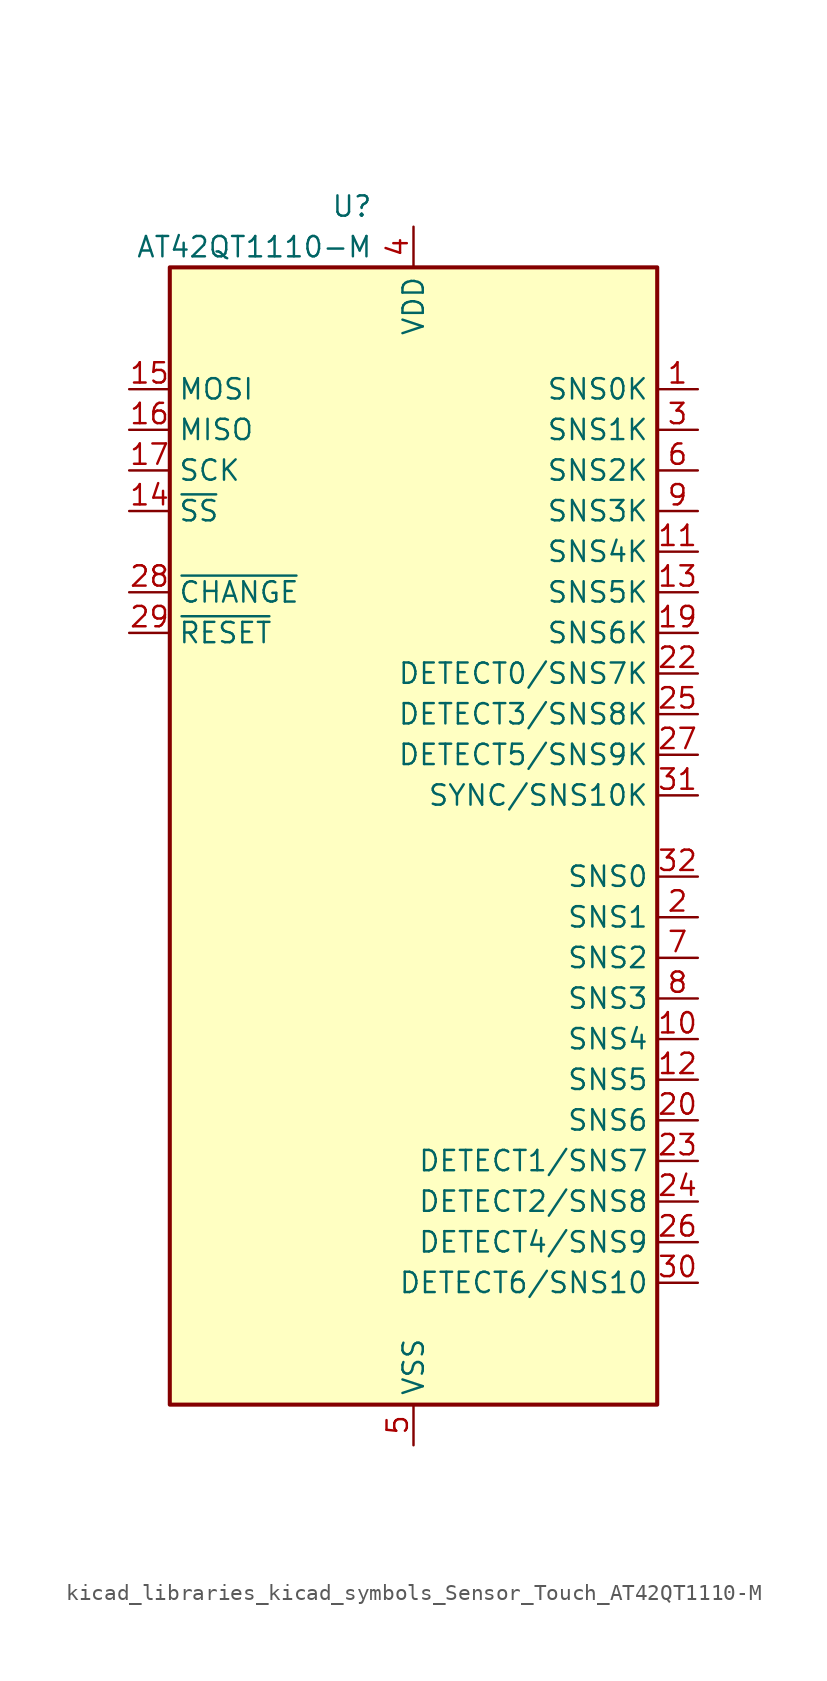
<source format=kicad_sym>
(kicad_symbol_lib
  (version 20220914)
  (generator kicad_symbol_editor)
  (symbol "kicad_libraries_kicad_symbols_Sensor_Touch_AT42QT1110-M"
    (property "Reference" "U"
      (at -2.54 39.37 0)
      (effects (font (size 1.27 1.27)) (justify right)))
    (property "Value" "AT42QT1110-M"
      (at -2.54 36.83 0)
      (effects (font (size 1.27 1.27)) (justify right)))
    (symbol "kicad_libraries_kicad_symbols_Sensor_Touch_AT42QT1110-M_0_1"
      (rectangle (start -15.24 35.56) (end 15.24 -35.56) (stroke (width 0.254) (type default)) (fill (type background))))
    (symbol "kicad_libraries_kicad_symbols_Sensor_Touch_AT42QT1110-M_1_1"
      (pin passive line (at 17.78 27.94 180) (length 2.54) (name "SNS0K" (effects (font (size 1.27 1.27)))) (number "1" (effects (font (size 1.27 1.27)))))
      (pin passive line (at 17.78 -12.7 180) (length 2.54) (name "SNS4" (effects (font (size 1.27 1.27)))) (number "10" (effects (font (size 1.27 1.27)))))
      (pin passive line (at 17.78 17.78 180) (length 2.54) (name "SNS4K" (effects (font (size 1.27 1.27)))) (number "11" (effects (font (size 1.27 1.27)))))
      (pin passive line (at 17.78 -15.24 180) (length 2.54) (name "SNS5" (effects (font (size 1.27 1.27)))) (number "12" (effects (font (size 1.27 1.27)))))
      (pin passive line (at 17.78 15.24 180) (length 2.54) (name "SNS5K" (effects (font (size 1.27 1.27)))) (number "13" (effects (font (size 1.27 1.27)))))
      (pin input line (at -17.78 20.32 0) (length 2.54) (name "~{SS}" (effects (font (size 1.27 1.27)))) (number "14" (effects (font (size 1.27 1.27)))))
      (pin input line (at -17.78 27.94 0) (length 2.54) (name "MOSI" (effects (font (size 1.27 1.27)))) (number "15" (effects (font (size 1.27 1.27)))))
      (pin output line (at -17.78 25.4 0) (length 2.54) (name "MISO" (effects (font (size 1.27 1.27)))) (number "16" (effects (font (size 1.27 1.27)))))
      (pin input line (at -17.78 22.86 0) (length 2.54) (name "SCK" (effects (font (size 1.27 1.27)))) (number "17" (effects (font (size 1.27 1.27)))))
      (pin passive line (at 0 38.1 270) (length 2.54) hide (name "VDD" (effects (font (size 1.27 1.27)))) (number "18" (effects (font (size 1.27 1.27)))))
      (pin passive line (at 17.78 12.7 180) (length 2.54) (name "SNS6K" (effects (font (size 1.27 1.27)))) (number "19" (effects (font (size 1.27 1.27)))))
      (pin passive line (at 17.78 -5.08 180) (length 2.54) (name "SNS1" (effects (font (size 1.27 1.27)))) (number "2" (effects (font (size 1.27 1.27)))))
      (pin passive line (at 17.78 -17.78 180) (length 2.54) (name "SNS6" (effects (font (size 1.27 1.27)))) (number "20" (effects (font (size 1.27 1.27)))))
      (pin passive line (at 0 -38.1 90) (length 2.54) hide (name "VSS" (effects (font (size 1.27 1.27)))) (number "21" (effects (font (size 1.27 1.27)))))
      (pin bidirectional line (at 17.78 10.16 180) (length 2.54) (name "DETECT0/SNS7K" (effects (font (size 1.27 1.27)))) (number "22" (effects (font (size 1.27 1.27)))))
      (pin bidirectional line (at 17.78 -20.32 180) (length 2.54) (name "DETECT1/SNS7" (effects (font (size 1.27 1.27)))) (number "23" (effects (font (size 1.27 1.27)))))
      (pin bidirectional line (at 17.78 -22.86 180) (length 2.54) (name "DETECT2/SNS8" (effects (font (size 1.27 1.27)))) (number "24" (effects (font (size 1.27 1.27)))))
      (pin bidirectional line (at 17.78 7.62 180) (length 2.54) (name "DETECT3/SNS8K" (effects (font (size 1.27 1.27)))) (number "25" (effects (font (size 1.27 1.27)))))
      (pin bidirectional line (at 17.78 -25.4 180) (length 2.54) (name "DETECT4/SNS9" (effects (font (size 1.27 1.27)))) (number "26" (effects (font (size 1.27 1.27)))))
      (pin bidirectional line (at 17.78 5.08 180) (length 2.54) (name "DETECT5/SNS9K" (effects (font (size 1.27 1.27)))) (number "27" (effects (font (size 1.27 1.27)))))
      (pin open_collector line (at -17.78 15.24 0) (length 2.54) (name "~{CHANGE}" (effects (font (size 1.27 1.27)))) (number "28" (effects (font (size 1.27 1.27)))))
      (pin input line (at -17.78 12.7 0) (length 2.54) (name "~{RESET}" (effects (font (size 1.27 1.27)))) (number "29" (effects (font (size 1.27 1.27)))))
      (pin passive line (at 17.78 25.4 180) (length 2.54) (name "SNS1K" (effects (font (size 1.27 1.27)))) (number "3" (effects (font (size 1.27 1.27)))))
      (pin bidirectional line (at 17.78 -27.94 180) (length 2.54) (name "DETECT6/SNS10" (effects (font (size 1.27 1.27)))) (number "30" (effects (font (size 1.27 1.27)))))
      (pin bidirectional line (at 17.78 2.54 180) (length 2.54) (name "SYNC/SNS10K" (effects (font (size 1.27 1.27)))) (number "31" (effects (font (size 1.27 1.27)))))
      (pin passive line (at 17.78 -2.54 180) (length 2.54) (name "SNS0" (effects (font (size 1.27 1.27)))) (number "32" (effects (font (size 1.27 1.27)))))
      (pin passive line (at 0 -38.1 90) (length 2.54) hide (name "VSS" (effects (font (size 1.27 1.27)))) (number "33" (effects (font (size 1.27 1.27)))))
      (pin power_in line (at 0 38.1 270) (length 2.54) (name "VDD" (effects (font (size 1.27 1.27)))) (number "4" (effects (font (size 1.27 1.27)))))
      (pin power_in line (at 0 -38.1 90) (length 2.54) (name "VSS" (effects (font (size 1.27 1.27)))) (number "5" (effects (font (size 1.27 1.27)))))
      (pin passive line (at 17.78 22.86 180) (length 2.54) (name "SNS2K" (effects (font (size 1.27 1.27)))) (number "6" (effects (font (size 1.27 1.27)))))
      (pin passive line (at 17.78 -7.62 180) (length 2.54) (name "SNS2" (effects (font (size 1.27 1.27)))) (number "7" (effects (font (size 1.27 1.27)))))
      (pin passive line (at 17.78 -10.16 180) (length 2.54) (name "SNS3" (effects (font (size 1.27 1.27)))) (number "8" (effects (font (size 1.27 1.27)))))
      (pin passive line (at 17.78 20.32 180) (length 2.54) (name "SNS3K" (effects (font (size 1.27 1.27)))) (number "9" (effects (font (size 1.27 1.27))))))))
</source>
